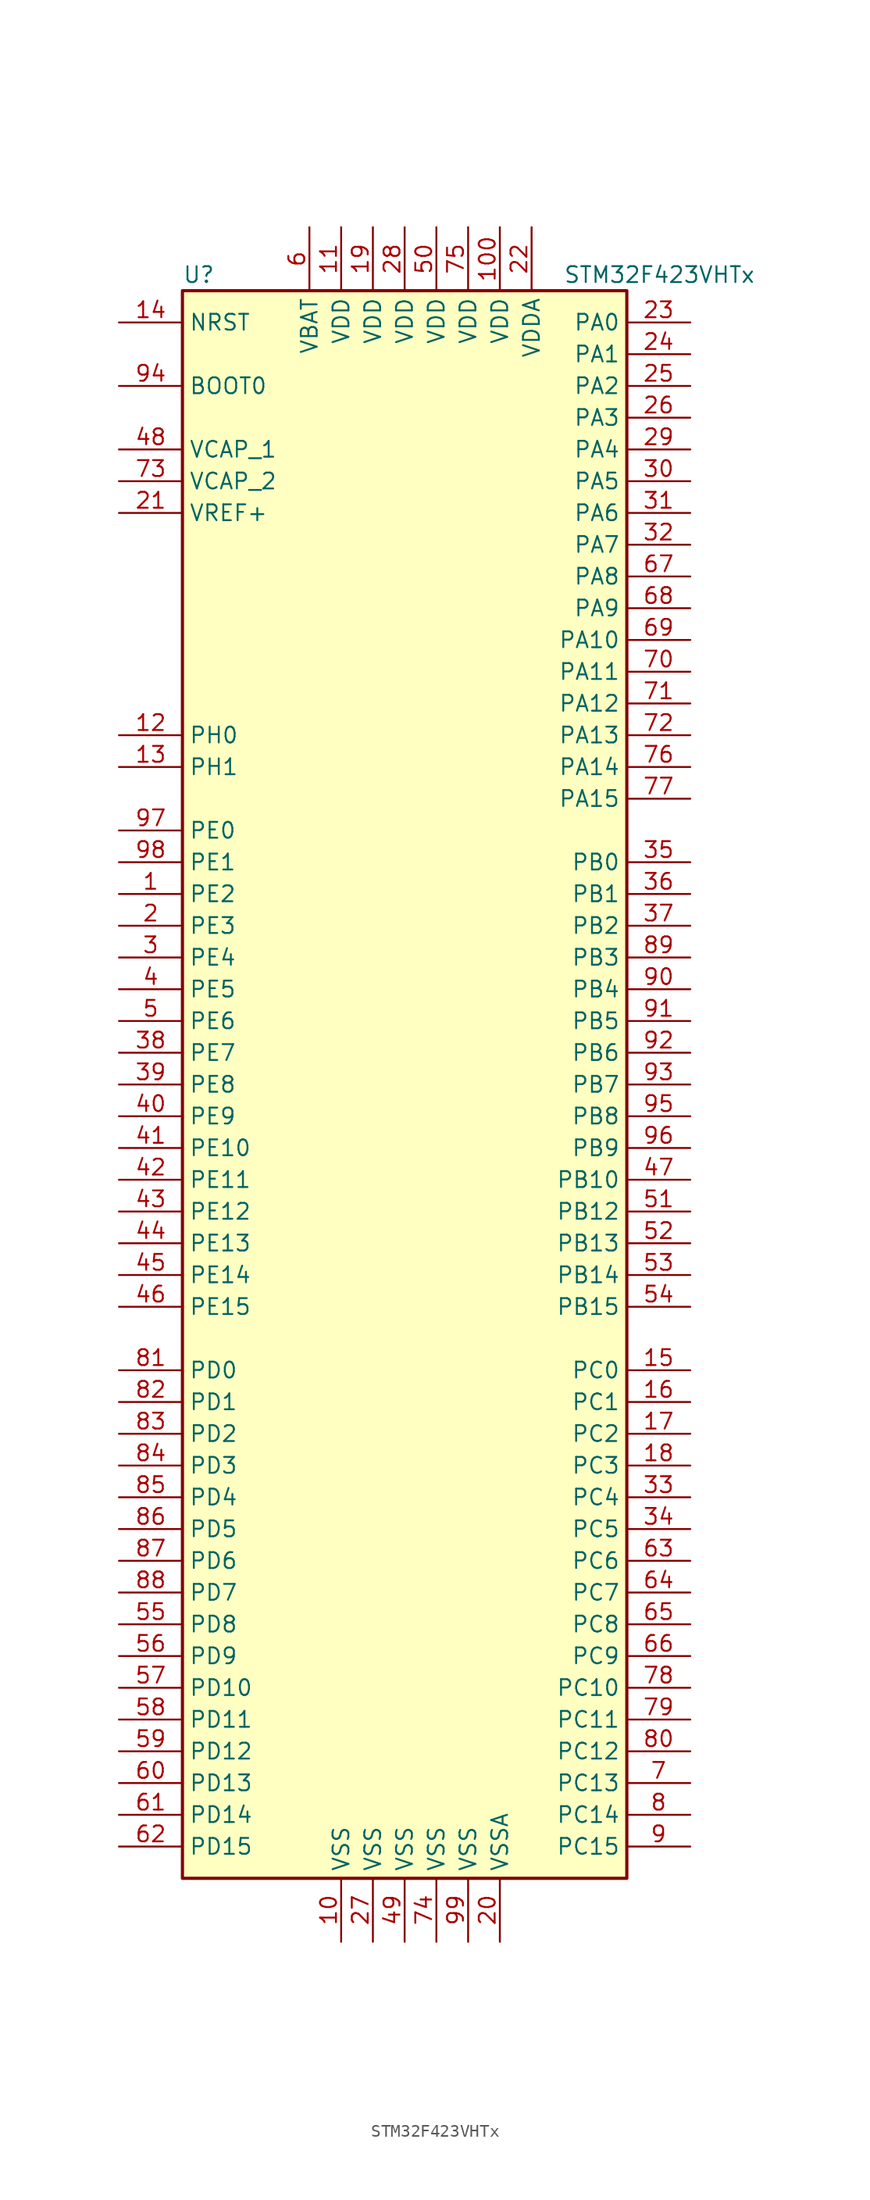
<source format=kicad_sym>
(kicad_symbol_lib
  (version 20220914)
  (generator kicad_symbol_editor)
  (symbol "STM32F423VHTx"
    (property "Reference" "U"
      (at -17.78 64.77 0)
      (effects (font (size 1.27 1.27)) (justify left)))
    (property "Value" "STM32F423VHTx"
      (at 12.7 64.77 0)
      (effects (font (size 1.27 1.27)) (justify left)))
    (symbol "STM32F423VHTx_0_1"
      (rectangle (start -17.78 -63.5) (end 17.78 63.5) (stroke (width 0.254) (type default)) (fill (type background))))
    (symbol "STM32F423VHTx_1_1"
      (pin bidirectional line (at -22.86 15.24 0) (length 5.08) (name "PE2" (effects (font (size 1.27 1.27)))) (number "1" (effects (font (size 1.27 1.27)))))
      (pin power_in line (at -5.08 -68.58 90) (length 5.08) (name "VSS" (effects (font (size 1.27 1.27)))) (number "10" (effects (font (size 1.27 1.27)))))
      (pin power_in line (at 7.62 68.58 270) (length 5.08) (name "VDD" (effects (font (size 1.27 1.27)))) (number "100" (effects (font (size 1.27 1.27)))))
      (pin power_in line (at -5.08 68.58 270) (length 5.08) (name "VDD" (effects (font (size 1.27 1.27)))) (number "11" (effects (font (size 1.27 1.27)))))
      (pin input line (at -22.86 27.94 0) (length 5.08) (name "PH0" (effects (font (size 1.27 1.27)))) (number "12" (effects (font (size 1.27 1.27)))))
      (pin input line (at -22.86 25.4 0) (length 5.08) (name "PH1" (effects (font (size 1.27 1.27)))) (number "13" (effects (font (size 1.27 1.27)))))
      (pin input line (at -22.86 60.96 0) (length 5.08) (name "NRST" (effects (font (size 1.27 1.27)))) (number "14" (effects (font (size 1.27 1.27)))))
      (pin bidirectional line (at 22.86 -22.86 180) (length 5.08) (name "PC0" (effects (font (size 1.27 1.27)))) (number "15" (effects (font (size 1.27 1.27)))))
      (pin bidirectional line (at 22.86 -25.4 180) (length 5.08) (name "PC1" (effects (font (size 1.27 1.27)))) (number "16" (effects (font (size 1.27 1.27)))))
      (pin bidirectional line (at 22.86 -27.94 180) (length 5.08) (name "PC2" (effects (font (size 1.27 1.27)))) (number "17" (effects (font (size 1.27 1.27)))))
      (pin bidirectional line (at 22.86 -30.48 180) (length 5.08) (name "PC3" (effects (font (size 1.27 1.27)))) (number "18" (effects (font (size 1.27 1.27)))))
      (pin power_in line (at -2.54 68.58 270) (length 5.08) (name "VDD" (effects (font (size 1.27 1.27)))) (number "19" (effects (font (size 1.27 1.27)))))
      (pin bidirectional line (at -22.86 12.7 0) (length 5.08) (name "PE3" (effects (font (size 1.27 1.27)))) (number "2" (effects (font (size 1.27 1.27)))))
      (pin power_in line (at 7.62 -68.58 90) (length 5.08) (name "VSSA" (effects (font (size 1.27 1.27)))) (number "20" (effects (font (size 1.27 1.27)))))
      (pin power_in line (at -22.86 45.72 0) (length 5.08) (name "VREF+" (effects (font (size 1.27 1.27)))) (number "21" (effects (font (size 1.27 1.27)))))
      (pin power_in line (at 10.16 68.58 270) (length 5.08) (name "VDDA" (effects (font (size 1.27 1.27)))) (number "22" (effects (font (size 1.27 1.27)))))
      (pin bidirectional line (at 22.86 60.96 180) (length 5.08) (name "PA0" (effects (font (size 1.27 1.27)))) (number "23" (effects (font (size 1.27 1.27)))))
      (pin bidirectional line (at 22.86 58.42 180) (length 5.08) (name "PA1" (effects (font (size 1.27 1.27)))) (number "24" (effects (font (size 1.27 1.27)))))
      (pin bidirectional line (at 22.86 55.88 180) (length 5.08) (name "PA2" (effects (font (size 1.27 1.27)))) (number "25" (effects (font (size 1.27 1.27)))))
      (pin bidirectional line (at 22.86 53.34 180) (length 5.08) (name "PA3" (effects (font (size 1.27 1.27)))) (number "26" (effects (font (size 1.27 1.27)))))
      (pin power_in line (at -2.54 -68.58 90) (length 5.08) (name "VSS" (effects (font (size 1.27 1.27)))) (number "27" (effects (font (size 1.27 1.27)))))
      (pin power_in line (at 0 68.58 270) (length 5.08) (name "VDD" (effects (font (size 1.27 1.27)))) (number "28" (effects (font (size 1.27 1.27)))))
      (pin bidirectional line (at 22.86 50.8 180) (length 5.08) (name "PA4" (effects (font (size 1.27 1.27)))) (number "29" (effects (font (size 1.27 1.27)))))
      (pin bidirectional line (at -22.86 10.16 0) (length 5.08) (name "PE4" (effects (font (size 1.27 1.27)))) (number "3" (effects (font (size 1.27 1.27)))))
      (pin bidirectional line (at 22.86 48.26 180) (length 5.08) (name "PA5" (effects (font (size 1.27 1.27)))) (number "30" (effects (font (size 1.27 1.27)))))
      (pin bidirectional line (at 22.86 45.72 180) (length 5.08) (name "PA6" (effects (font (size 1.27 1.27)))) (number "31" (effects (font (size 1.27 1.27)))))
      (pin bidirectional line (at 22.86 43.18 180) (length 5.08) (name "PA7" (effects (font (size 1.27 1.27)))) (number "32" (effects (font (size 1.27 1.27)))))
      (pin bidirectional line (at 22.86 -33.02 180) (length 5.08) (name "PC4" (effects (font (size 1.27 1.27)))) (number "33" (effects (font (size 1.27 1.27)))))
      (pin bidirectional line (at 22.86 -35.56 180) (length 5.08) (name "PC5" (effects (font (size 1.27 1.27)))) (number "34" (effects (font (size 1.27 1.27)))))
      (pin bidirectional line (at 22.86 17.78 180) (length 5.08) (name "PB0" (effects (font (size 1.27 1.27)))) (number "35" (effects (font (size 1.27 1.27)))))
      (pin bidirectional line (at 22.86 15.24 180) (length 5.08) (name "PB1" (effects (font (size 1.27 1.27)))) (number "36" (effects (font (size 1.27 1.27)))))
      (pin bidirectional line (at 22.86 12.7 180) (length 5.08) (name "PB2" (effects (font (size 1.27 1.27)))) (number "37" (effects (font (size 1.27 1.27)))))
      (pin bidirectional line (at -22.86 2.54 0) (length 5.08) (name "PE7" (effects (font (size 1.27 1.27)))) (number "38" (effects (font (size 1.27 1.27)))))
      (pin bidirectional line (at -22.86 0 0) (length 5.08) (name "PE8" (effects (font (size 1.27 1.27)))) (number "39" (effects (font (size 1.27 1.27)))))
      (pin bidirectional line (at -22.86 7.62 0) (length 5.08) (name "PE5" (effects (font (size 1.27 1.27)))) (number "4" (effects (font (size 1.27 1.27)))))
      (pin bidirectional line (at -22.86 -2.54 0) (length 5.08) (name "PE9" (effects (font (size 1.27 1.27)))) (number "40" (effects (font (size 1.27 1.27)))))
      (pin bidirectional line (at -22.86 -5.08 0) (length 5.08) (name "PE10" (effects (font (size 1.27 1.27)))) (number "41" (effects (font (size 1.27 1.27)))))
      (pin bidirectional line (at -22.86 -7.62 0) (length 5.08) (name "PE11" (effects (font (size 1.27 1.27)))) (number "42" (effects (font (size 1.27 1.27)))))
      (pin bidirectional line (at -22.86 -10.16 0) (length 5.08) (name "PE12" (effects (font (size 1.27 1.27)))) (number "43" (effects (font (size 1.27 1.27)))))
      (pin bidirectional line (at -22.86 -12.7 0) (length 5.08) (name "PE13" (effects (font (size 1.27 1.27)))) (number "44" (effects (font (size 1.27 1.27)))))
      (pin bidirectional line (at -22.86 -15.24 0) (length 5.08) (name "PE14" (effects (font (size 1.27 1.27)))) (number "45" (effects (font (size 1.27 1.27)))))
      (pin bidirectional line (at -22.86 -17.78 0) (length 5.08) (name "PE15" (effects (font (size 1.27 1.27)))) (number "46" (effects (font (size 1.27 1.27)))))
      (pin bidirectional line (at 22.86 -7.62 180) (length 5.08) (name "PB10" (effects (font (size 1.27 1.27)))) (number "47" (effects (font (size 1.27 1.27)))))
      (pin power_in line (at -22.86 50.8 0) (length 5.08) (name "VCAP_1" (effects (font (size 1.27 1.27)))) (number "48" (effects (font (size 1.27 1.27)))))
      (pin power_in line (at 0 -68.58 90) (length 5.08) (name "VSS" (effects (font (size 1.27 1.27)))) (number "49" (effects (font (size 1.27 1.27)))))
      (pin bidirectional line (at -22.86 5.08 0) (length 5.08) (name "PE6" (effects (font (size 1.27 1.27)))) (number "5" (effects (font (size 1.27 1.27)))))
      (pin power_in line (at 2.54 68.58 270) (length 5.08) (name "VDD" (effects (font (size 1.27 1.27)))) (number "50" (effects (font (size 1.27 1.27)))))
      (pin bidirectional line (at 22.86 -10.16 180) (length 5.08) (name "PB12" (effects (font (size 1.27 1.27)))) (number "51" (effects (font (size 1.27 1.27)))))
      (pin bidirectional line (at 22.86 -12.7 180) (length 5.08) (name "PB13" (effects (font (size 1.27 1.27)))) (number "52" (effects (font (size 1.27 1.27)))))
      (pin bidirectional line (at 22.86 -15.24 180) (length 5.08) (name "PB14" (effects (font (size 1.27 1.27)))) (number "53" (effects (font (size 1.27 1.27)))))
      (pin bidirectional line (at 22.86 -17.78 180) (length 5.08) (name "PB15" (effects (font (size 1.27 1.27)))) (number "54" (effects (font (size 1.27 1.27)))))
      (pin bidirectional line (at -22.86 -43.18 0) (length 5.08) (name "PD8" (effects (font (size 1.27 1.27)))) (number "55" (effects (font (size 1.27 1.27)))))
      (pin bidirectional line (at -22.86 -45.72 0) (length 5.08) (name "PD9" (effects (font (size 1.27 1.27)))) (number "56" (effects (font (size 1.27 1.27)))))
      (pin bidirectional line (at -22.86 -48.26 0) (length 5.08) (name "PD10" (effects (font (size 1.27 1.27)))) (number "57" (effects (font (size 1.27 1.27)))))
      (pin bidirectional line (at -22.86 -50.8 0) (length 5.08) (name "PD11" (effects (font (size 1.27 1.27)))) (number "58" (effects (font (size 1.27 1.27)))))
      (pin bidirectional line (at -22.86 -53.34 0) (length 5.08) (name "PD12" (effects (font (size 1.27 1.27)))) (number "59" (effects (font (size 1.27 1.27)))))
      (pin power_in line (at -7.62 68.58 270) (length 5.08) (name "VBAT" (effects (font (size 1.27 1.27)))) (number "6" (effects (font (size 1.27 1.27)))))
      (pin bidirectional line (at -22.86 -55.88 0) (length 5.08) (name "PD13" (effects (font (size 1.27 1.27)))) (number "60" (effects (font (size 1.27 1.27)))))
      (pin bidirectional line (at -22.86 -58.42 0) (length 5.08) (name "PD14" (effects (font (size 1.27 1.27)))) (number "61" (effects (font (size 1.27 1.27)))))
      (pin bidirectional line (at -22.86 -60.96 0) (length 5.08) (name "PD15" (effects (font (size 1.27 1.27)))) (number "62" (effects (font (size 1.27 1.27)))))
      (pin bidirectional line (at 22.86 -38.1 180) (length 5.08) (name "PC6" (effects (font (size 1.27 1.27)))) (number "63" (effects (font (size 1.27 1.27)))))
      (pin bidirectional line (at 22.86 -40.64 180) (length 5.08) (name "PC7" (effects (font (size 1.27 1.27)))) (number "64" (effects (font (size 1.27 1.27)))))
      (pin bidirectional line (at 22.86 -43.18 180) (length 5.08) (name "PC8" (effects (font (size 1.27 1.27)))) (number "65" (effects (font (size 1.27 1.27)))))
      (pin bidirectional line (at 22.86 -45.72 180) (length 5.08) (name "PC9" (effects (font (size 1.27 1.27)))) (number "66" (effects (font (size 1.27 1.27)))))
      (pin bidirectional line (at 22.86 40.64 180) (length 5.08) (name "PA8" (effects (font (size 1.27 1.27)))) (number "67" (effects (font (size 1.27 1.27)))))
      (pin bidirectional line (at 22.86 38.1 180) (length 5.08) (name "PA9" (effects (font (size 1.27 1.27)))) (number "68" (effects (font (size 1.27 1.27)))))
      (pin bidirectional line (at 22.86 35.56 180) (length 5.08) (name "PA10" (effects (font (size 1.27 1.27)))) (number "69" (effects (font (size 1.27 1.27)))))
      (pin bidirectional line (at 22.86 -55.88 180) (length 5.08) (name "PC13" (effects (font (size 1.27 1.27)))) (number "7" (effects (font (size 1.27 1.27)))))
      (pin bidirectional line (at 22.86 33.02 180) (length 5.08) (name "PA11" (effects (font (size 1.27 1.27)))) (number "70" (effects (font (size 1.27 1.27)))))
      (pin bidirectional line (at 22.86 30.48 180) (length 5.08) (name "PA12" (effects (font (size 1.27 1.27)))) (number "71" (effects (font (size 1.27 1.27)))))
      (pin bidirectional line (at 22.86 27.94 180) (length 5.08) (name "PA13" (effects (font (size 1.27 1.27)))) (number "72" (effects (font (size 1.27 1.27)))))
      (pin power_in line (at -22.86 48.26 0) (length 5.08) (name "VCAP_2" (effects (font (size 1.27 1.27)))) (number "73" (effects (font (size 1.27 1.27)))))
      (pin power_in line (at 2.54 -68.58 90) (length 5.08) (name "VSS" (effects (font (size 1.27 1.27)))) (number "74" (effects (font (size 1.27 1.27)))))
      (pin power_in line (at 5.08 68.58 270) (length 5.08) (name "VDD" (effects (font (size 1.27 1.27)))) (number "75" (effects (font (size 1.27 1.27)))))
      (pin bidirectional line (at 22.86 25.4 180) (length 5.08) (name "PA14" (effects (font (size 1.27 1.27)))) (number "76" (effects (font (size 1.27 1.27)))))
      (pin bidirectional line (at 22.86 22.86 180) (length 5.08) (name "PA15" (effects (font (size 1.27 1.27)))) (number "77" (effects (font (size 1.27 1.27)))))
      (pin bidirectional line (at 22.86 -48.26 180) (length 5.08) (name "PC10" (effects (font (size 1.27 1.27)))) (number "78" (effects (font (size 1.27 1.27)))))
      (pin bidirectional line (at 22.86 -50.8 180) (length 5.08) (name "PC11" (effects (font (size 1.27 1.27)))) (number "79" (effects (font (size 1.27 1.27)))))
      (pin bidirectional line (at 22.86 -58.42 180) (length 5.08) (name "PC14" (effects (font (size 1.27 1.27)))) (number "8" (effects (font (size 1.27 1.27)))))
      (pin bidirectional line (at 22.86 -53.34 180) (length 5.08) (name "PC12" (effects (font (size 1.27 1.27)))) (number "80" (effects (font (size 1.27 1.27)))))
      (pin bidirectional line (at -22.86 -22.86 0) (length 5.08) (name "PD0" (effects (font (size 1.27 1.27)))) (number "81" (effects (font (size 1.27 1.27)))))
      (pin bidirectional line (at -22.86 -25.4 0) (length 5.08) (name "PD1" (effects (font (size 1.27 1.27)))) (number "82" (effects (font (size 1.27 1.27)))))
      (pin bidirectional line (at -22.86 -27.94 0) (length 5.08) (name "PD2" (effects (font (size 1.27 1.27)))) (number "83" (effects (font (size 1.27 1.27)))))
      (pin bidirectional line (at -22.86 -30.48 0) (length 5.08) (name "PD3" (effects (font (size 1.27 1.27)))) (number "84" (effects (font (size 1.27 1.27)))))
      (pin bidirectional line (at -22.86 -33.02 0) (length 5.08) (name "PD4" (effects (font (size 1.27 1.27)))) (number "85" (effects (font (size 1.27 1.27)))))
      (pin bidirectional line (at -22.86 -35.56 0) (length 5.08) (name "PD5" (effects (font (size 1.27 1.27)))) (number "86" (effects (font (size 1.27 1.27)))))
      (pin bidirectional line (at -22.86 -38.1 0) (length 5.08) (name "PD6" (effects (font (size 1.27 1.27)))) (number "87" (effects (font (size 1.27 1.27)))))
      (pin bidirectional line (at -22.86 -40.64 0) (length 5.08) (name "PD7" (effects (font (size 1.27 1.27)))) (number "88" (effects (font (size 1.27 1.27)))))
      (pin bidirectional line (at 22.86 10.16 180) (length 5.08) (name "PB3" (effects (font (size 1.27 1.27)))) (number "89" (effects (font (size 1.27 1.27)))))
      (pin bidirectional line (at 22.86 -60.96 180) (length 5.08) (name "PC15" (effects (font (size 1.27 1.27)))) (number "9" (effects (font (size 1.27 1.27)))))
      (pin bidirectional line (at 22.86 7.62 180) (length 5.08) (name "PB4" (effects (font (size 1.27 1.27)))) (number "90" (effects (font (size 1.27 1.27)))))
      (pin bidirectional line (at 22.86 5.08 180) (length 5.08) (name "PB5" (effects (font (size 1.27 1.27)))) (number "91" (effects (font (size 1.27 1.27)))))
      (pin bidirectional line (at 22.86 2.54 180) (length 5.08) (name "PB6" (effects (font (size 1.27 1.27)))) (number "92" (effects (font (size 1.27 1.27)))))
      (pin bidirectional line (at 22.86 0 180) (length 5.08) (name "PB7" (effects (font (size 1.27 1.27)))) (number "93" (effects (font (size 1.27 1.27)))))
      (pin input line (at -22.86 55.88 0) (length 5.08) (name "BOOT0" (effects (font (size 1.27 1.27)))) (number "94" (effects (font (size 1.27 1.27)))))
      (pin bidirectional line (at 22.86 -2.54 180) (length 5.08) (name "PB8" (effects (font (size 1.27 1.27)))) (number "95" (effects (font (size 1.27 1.27)))))
      (pin bidirectional line (at 22.86 -5.08 180) (length 5.08) (name "PB9" (effects (font (size 1.27 1.27)))) (number "96" (effects (font (size 1.27 1.27)))))
      (pin bidirectional line (at -22.86 20.32 0) (length 5.08) (name "PE0" (effects (font (size 1.27 1.27)))) (number "97" (effects (font (size 1.27 1.27)))))
      (pin bidirectional line (at -22.86 17.78 0) (length 5.08) (name "PE1" (effects (font (size 1.27 1.27)))) (number "98" (effects (font (size 1.27 1.27)))))
      (pin power_in line (at 5.08 -68.58 90) (length 5.08) (name "VSS" (effects (font (size 1.27 1.27)))) (number "99" (effects (font (size 1.27 1.27))))))))
</source>
